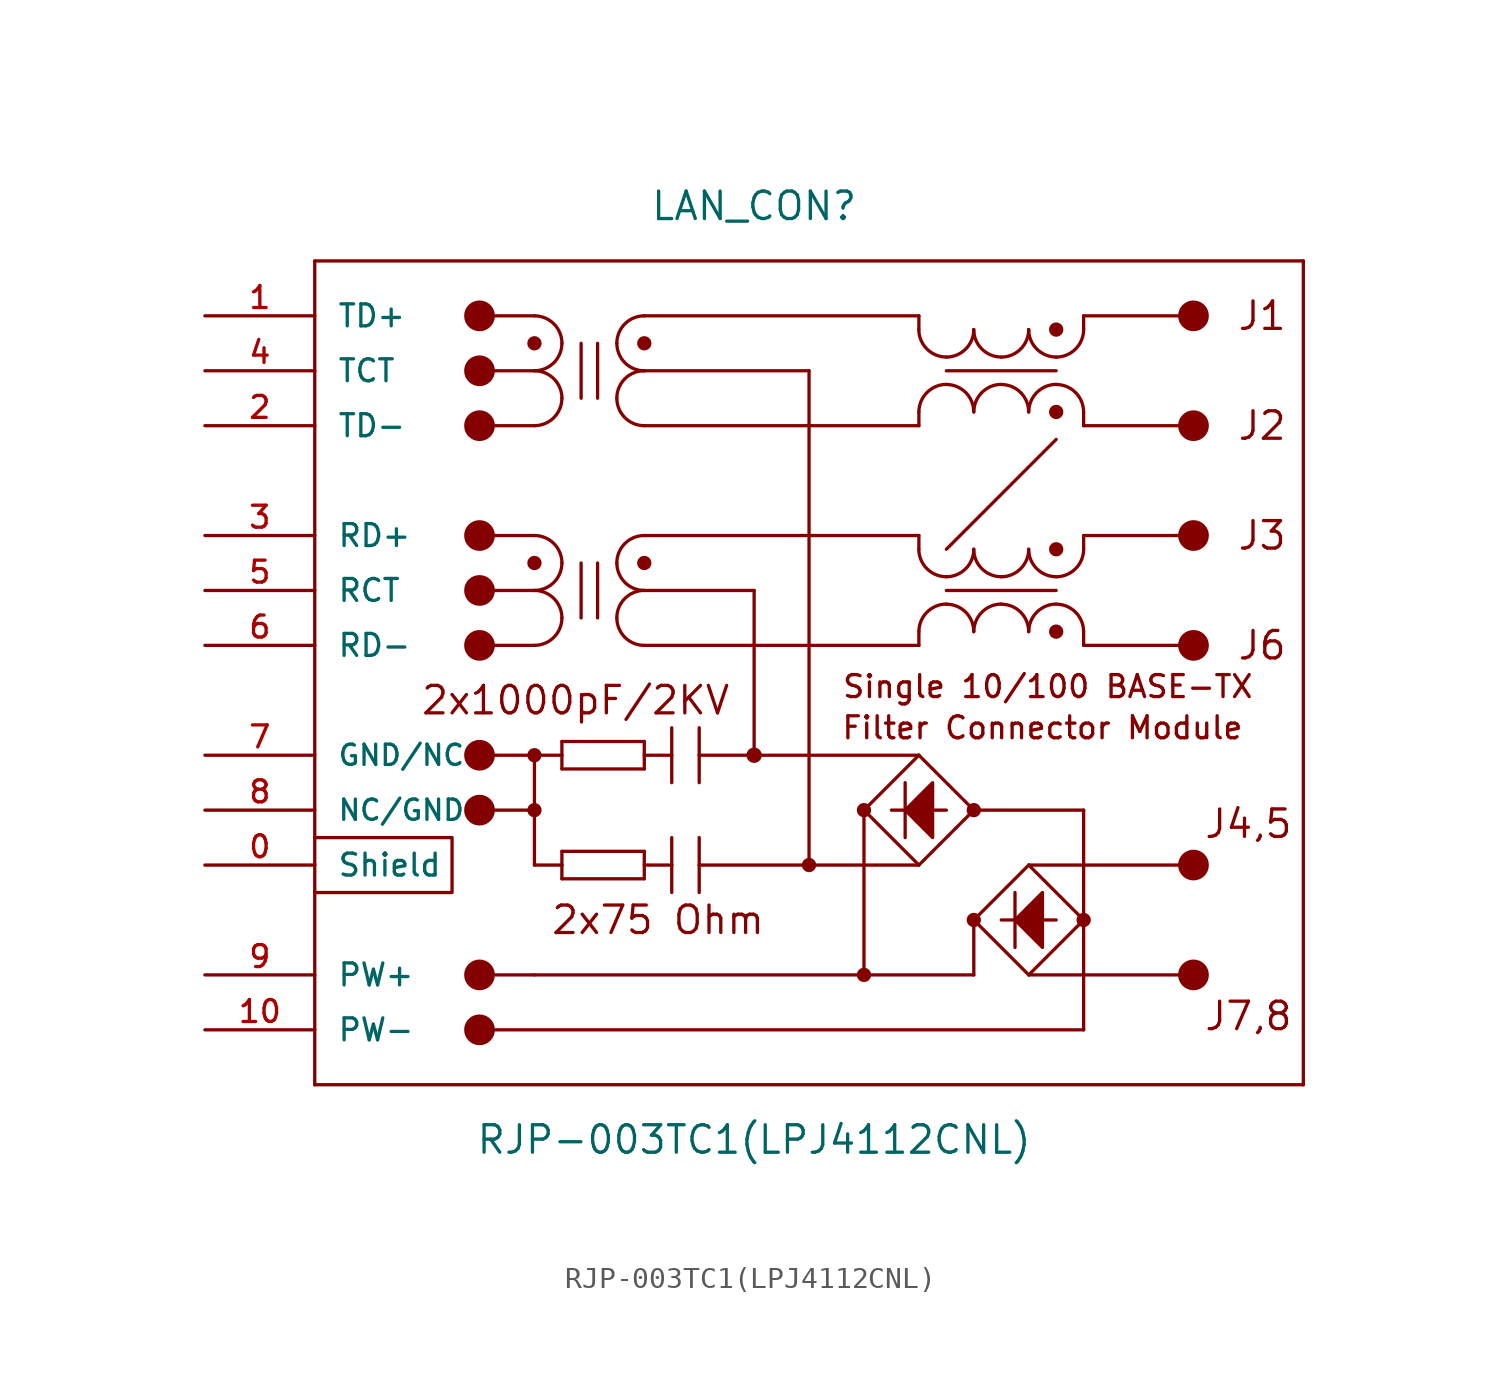
<source format=kicad_sym>
(kicad_symbol_lib
  (version 20231120)
  (generator "kicad_symbol_editor")
  (generator_version "8.0")
  (symbol "RJP-003TC1(LPJ4112CNL)"
    (pin_names
      (offset 1.016))
    (property "Reference" "LAN_CON"
      (at 0 22.86 0)
      (effects (font (size 1.27 1.27))))
    (property "Value" "RJP-003TC1(LPJ4112CNL)"
      (at 0 -20.32 0)
      (effects (font (size 1.27 1.27))))
    (symbol "RJP-003TC1(LPJ4112CNL)_0_0"
      (text "Filter Connector Module" (at 13.335 -1.27 0) (effects (font (size 1.016 1.016))))
      (text "Single 10/100 BASE-TX " (at 13.97 0.635 0) (effects (font (size 1.016 1.016)))))
    (symbol "RJP-003TC1(LPJ4112CNL)_0_1"
      (polyline (pts (xy -20.32 -6.35) (xy -13.97 -6.35) (xy -13.97 -8.89) (xy -20.32 -8.89)) (stroke (width 0) (type solid)) (fill (type none))))
    (symbol "RJP-003TC1(LPJ4112CNL)_1_0"
      (polyline (pts (xy -20.32 -17.78) (xy 25.4 -17.78)) (stroke (width 0) (type solid)) (fill (type none)))
      (polyline (pts (xy -20.32 20.32) (xy -20.32 -17.78)) (stroke (width 0) (type solid)) (fill (type none)))
      (polyline (pts (xy -12.7 7.62) (xy -10.16 7.62)) (stroke (width 0) (type solid)) (fill (type none)))
      (polyline (pts (xy -12.7 17.78) (xy -10.16 17.78)) (stroke (width 0) (type solid)) (fill (type none)))
      (polyline (pts (xy -10.16 -12.7) (xy -12.7 -12.7)) (stroke (width 0) (type solid)) (fill (type none)))
      (polyline (pts (xy -10.16 -7.62) (xy -10.16 -2.54)) (stroke (width 0) (type solid)) (fill (type none)))
      (polyline (pts (xy -10.16 -5.08) (xy -12.7 -5.08)) (stroke (width 0) (type solid)) (fill (type none)))
      (polyline (pts (xy -10.16 -2.54) (xy -12.7 -2.54)) (stroke (width 0) (type solid)) (fill (type none)))
      (polyline (pts (xy -10.16 -2.54) (xy -8.89 -2.54)) (stroke (width 0) (type solid)) (fill (type none)))
      (polyline (pts (xy -10.16 2.54) (xy -12.7 2.54)) (stroke (width 0) (type solid)) (fill (type none)))
      (polyline (pts (xy -10.16 5.08) (xy -12.7 5.08)) (stroke (width 0) (type solid)) (fill (type none)))
      (polyline (pts (xy -10.16 12.7) (xy -12.7 12.7)) (stroke (width 0) (type solid)) (fill (type none)))
      (polyline (pts (xy -10.16 15.24) (xy -12.7 15.24)) (stroke (width 0) (type solid)) (fill (type none)))
      (polyline (pts (xy -8.89 -8.255) (xy -8.89 -7.62)) (stroke (width 0) (type solid)) (fill (type none)))
      (polyline (pts (xy -8.89 -7.62) (xy -10.16 -7.62)) (stroke (width 0) (type solid)) (fill (type none)))
      (polyline (pts (xy -8.89 -7.62) (xy -8.89 -6.985)) (stroke (width 0) (type solid)) (fill (type none)))
      (polyline (pts (xy -8.89 -6.985) (xy -5.08 -6.985)) (stroke (width 0) (type solid)) (fill (type none)))
      (polyline (pts (xy -8.89 -3.175) (xy -8.89 -2.54)) (stroke (width 0) (type solid)) (fill (type none)))
      (polyline (pts (xy -8.89 -2.54) (xy -8.89 -1.905)) (stroke (width 0) (type solid)) (fill (type none)))
      (polyline (pts (xy -8.89 -1.905) (xy -5.08 -1.905)) (stroke (width 0) (type solid)) (fill (type none)))
      (polyline (pts (xy -8.001 6.35) (xy -8.001 3.81)) (stroke (width 0) (type solid)) (fill (type none)))
      (polyline (pts (xy -8.001 16.51) (xy -8.001 13.97)) (stroke (width 0) (type solid)) (fill (type none)))
      (polyline (pts (xy -7.239 6.35) (xy -7.239 3.81)) (stroke (width 0) (type solid)) (fill (type none)))
      (polyline (pts (xy -7.239 16.51) (xy -7.239 13.97)) (stroke (width 0) (type solid)) (fill (type none)))
      (polyline (pts (xy -5.08 -8.255) (xy -8.89 -8.255)) (stroke (width 0) (type solid)) (fill (type none)))
      (polyline (pts (xy -5.08 -6.985) (xy -5.08 -8.255)) (stroke (width 0) (type solid)) (fill (type none)))
      (polyline (pts (xy -5.08 -3.175) (xy -8.89 -3.175)) (stroke (width 0) (type solid)) (fill (type none)))
      (polyline (pts (xy -5.08 -1.905) (xy -5.08 -3.175)) (stroke (width 0) (type solid)) (fill (type none)))
      (polyline (pts (xy -5.08 5.08) (xy 0 5.08)) (stroke (width 0) (type solid)) (fill (type none)))
      (polyline (pts (xy -5.08 15.24) (xy 2.54 15.24)) (stroke (width 0) (type solid)) (fill (type none)))
      (polyline (pts (xy -3.81 -7.62) (xy -5.08 -7.62)) (stroke (width 0) (type solid)) (fill (type none)))
      (polyline (pts (xy -3.81 -7.62) (xy -3.81 -8.89)) (stroke (width 0) (type solid)) (fill (type none)))
      (polyline (pts (xy -3.81 -6.35) (xy -3.81 -7.62)) (stroke (width 0) (type solid)) (fill (type none)))
      (polyline (pts (xy -3.81 -2.54) (xy -5.08 -2.54)) (stroke (width 0) (type solid)) (fill (type none)))
      (polyline (pts (xy -3.81 -2.54) (xy -3.81 -3.81)) (stroke (width 0) (type solid)) (fill (type none)))
      (polyline (pts (xy -3.81 -1.27) (xy -3.81 -2.54)) (stroke (width 0) (type solid)) (fill (type none)))
      (polyline (pts (xy -2.54 -7.62) (xy -2.54 -8.89)) (stroke (width 0) (type solid)) (fill (type none)))
      (polyline (pts (xy -2.54 -7.62) (xy 2.54 -7.62)) (stroke (width 0) (type solid)) (fill (type none)))
      (polyline (pts (xy -2.54 -6.35) (xy -2.54 -7.62)) (stroke (width 0) (type solid)) (fill (type none)))
      (polyline (pts (xy -2.54 -2.54) (xy -2.54 -3.81)) (stroke (width 0) (type solid)) (fill (type none)))
      (polyline (pts (xy -2.54 -2.54) (xy 0 -2.54)) (stroke (width 0) (type solid)) (fill (type none)))
      (polyline (pts (xy -2.54 -1.27) (xy -2.54 -2.54)) (stroke (width 0) (type solid)) (fill (type none)))
      (polyline (pts (xy 0 -2.54) (xy 7.62 -2.54)) (stroke (width 0) (type solid)) (fill (type none)))
      (polyline (pts (xy 0 5.08) (xy 0 -2.54)) (stroke (width 0) (type solid)) (fill (type none)))
      (polyline (pts (xy 2.54 -7.62) (xy 7.62 -7.62)) (stroke (width 0) (type solid)) (fill (type none)))
      (polyline (pts (xy 2.54 15.24) (xy 2.54 -7.62)) (stroke (width 0) (type solid)) (fill (type none)))
      (polyline (pts (xy 5.08 -12.7) (xy -10.16 -12.7)) (stroke (width 0) (type solid)) (fill (type none)))
      (polyline (pts (xy 5.08 -5.08) (xy 5.08 -12.7)) (stroke (width 0) (type solid)) (fill (type none)))
      (polyline (pts (xy 6.985 -3.81) (xy 6.985 -6.35)) (stroke (width 0) (type solid)) (fill (type none)))
      (polyline (pts (xy 7.62 -7.62) (xy 5.08 -5.08)) (stroke (width 0) (type solid)) (fill (type none)))
      (polyline (pts (xy 7.62 -2.54) (xy 5.08 -5.08)) (stroke (width 0) (type solid)) (fill (type none)))
      (polyline (pts (xy 7.62 -2.54) (xy 10.16 -5.08)) (stroke (width 0) (type solid)) (fill (type none)))
      (polyline (pts (xy 7.62 2.54) (xy -5.08 2.54)) (stroke (width 0) (type solid)) (fill (type none)))
      (polyline (pts (xy 7.62 3.175) (xy 7.62 2.54)) (stroke (width 0) (type solid)) (fill (type none)))
      (polyline (pts (xy 7.62 6.985) (xy 7.62 7.62)) (stroke (width 0) (type solid)) (fill (type none)))
      (polyline (pts (xy 7.62 7.62) (xy -5.08 7.62)) (stroke (width 0) (type solid)) (fill (type none)))
      (polyline (pts (xy 7.62 12.7) (xy -5.08 12.7)) (stroke (width 0) (type solid)) (fill (type none)))
      (polyline (pts (xy 7.62 13.335) (xy 7.62 12.7)) (stroke (width 0) (type solid)) (fill (type none)))
      (polyline (pts (xy 7.62 17.145) (xy 7.62 17.78)) (stroke (width 0) (type solid)) (fill (type none)))
      (polyline (pts (xy 7.62 17.78) (xy -5.08 17.78)) (stroke (width 0) (type solid)) (fill (type none)))
      (polyline (pts (xy 8.89 -5.08) (xy 6.35 -5.08)) (stroke (width 0) (type solid)) (fill (type none)))
      (polyline (pts (xy 10.16 -12.7) (xy 5.08 -12.7)) (stroke (width 0) (type solid)) (fill (type none)))
      (polyline (pts (xy 10.16 -10.16) (xy 10.16 -12.7)) (stroke (width 0) (type solid)) (fill (type none)))
      (polyline (pts (xy 10.16 -10.16) (xy 12.7 -12.7)) (stroke (width 0) (type solid)) (fill (type none)))
      (polyline (pts (xy 10.16 -5.08) (xy 7.62 -7.62)) (stroke (width 0) (type solid)) (fill (type none)))
      (polyline (pts (xy 10.16 -5.08) (xy 15.24 -5.08)) (stroke (width 0) (type solid)) (fill (type none)))
      (polyline (pts (xy 12.065 -10.16) (xy 11.43 -10.16)) (stroke (width 0) (type solid)) (fill (type none)))
      (polyline (pts (xy 12.065 -10.16) (xy 12.065 -11.43)) (stroke (width 0) (type solid)) (fill (type none)))
      (polyline (pts (xy 12.065 -8.89) (xy 12.065 -10.16)) (stroke (width 0) (type solid)) (fill (type none)))
      (polyline (pts (xy 12.7 -12.7) (xy 15.24 -10.16)) (stroke (width 0) (type solid)) (fill (type none)))
      (polyline (pts (xy 12.7 -12.7) (xy 20.32 -12.7)) (stroke (width 0) (type solid)) (fill (type none)))
      (polyline (pts (xy 12.7 -7.62) (xy 10.16 -10.16)) (stroke (width 0) (type solid)) (fill (type none)))
      (polyline (pts (xy 12.7 -7.62) (xy 20.32 -7.62)) (stroke (width 0) (type solid)) (fill (type none)))
      (polyline (pts (xy 13.97 -10.16) (xy 12.065 -10.16)) (stroke (width 0) (type solid)) (fill (type none)))
      (polyline (pts (xy 13.97 5.08) (xy 8.89 5.08)) (stroke (width 0) (type solid)) (fill (type none)))
      (polyline (pts (xy 13.97 12.065) (xy 8.89 6.985)) (stroke (width 0) (type solid)) (fill (type none)))
      (polyline (pts (xy 13.97 15.24) (xy 8.89 15.24)) (stroke (width 0) (type solid)) (fill (type none)))
      (polyline (pts (xy 15.24 -15.24) (xy -12.7 -15.24)) (stroke (width 0) (type solid)) (fill (type none)))
      (polyline (pts (xy 15.24 -10.16) (xy 12.7 -7.62)) (stroke (width 0) (type solid)) (fill (type none)))
      (polyline (pts (xy 15.24 -10.16) (xy 15.24 -15.24)) (stroke (width 0) (type solid)) (fill (type none)))
      (polyline (pts (xy 15.24 -5.08) (xy 15.24 -10.16)) (stroke (width 0) (type solid)) (fill (type none)))
      (polyline (pts (xy 15.24 2.54) (xy 15.24 3.175)) (stroke (width 0) (type solid)) (fill (type none)))
      (polyline (pts (xy 15.24 2.54) (xy 20.32 2.54)) (stroke (width 0) (type solid)) (fill (type none)))
      (polyline (pts (xy 15.24 7.62) (xy 15.24 6.985)) (stroke (width 0) (type solid)) (fill (type none)))
      (polyline (pts (xy 15.24 7.62) (xy 20.32 7.62)) (stroke (width 0) (type solid)) (fill (type none)))
      (polyline (pts (xy 15.24 12.7) (xy 15.24 13.335)) (stroke (width 0) (type solid)) (fill (type none)))
      (polyline (pts (xy 15.24 12.7) (xy 20.32 12.7)) (stroke (width 0) (type solid)) (fill (type none)))
      (polyline (pts (xy 15.24 17.78) (xy 15.24 17.145)) (stroke (width 0) (type solid)) (fill (type none)))
      (polyline (pts (xy 15.24 17.78) (xy 20.32 17.78)) (stroke (width 0) (type solid)) (fill (type none)))
      (polyline (pts (xy 25.4 -17.78) (xy 25.4 20.32)) (stroke (width 0) (type solid)) (fill (type none)))
      (polyline (pts (xy 25.4 20.32) (xy -20.32 20.32)) (stroke (width 0) (type solid)) (fill (type none)))
      (text "2x1000pF/2KV" (at -8.255 0 0) (effects (font (size 1.27 1.27))))
      (text "2x75 Ohm" (at -4.445 -10.16 0) (effects (font (size 1.27 1.27))))
      (text "J1" (at 23.495 17.78 0) (effects (font (size 1.27 1.27))))
      (text "J2" (at 23.495 12.7 0) (effects (font (size 1.27 1.27))))
      (text "J3" (at 23.495 7.62 0) (effects (font (size 1.27 1.27))))
      (text "J4,5" (at 22.86 -5.715 0) (effects (font (size 1.27 1.27))))
      (text "J6" (at 23.495 2.54 0) (effects (font (size 1.27 1.27))))
      (text "J7,8" (at 22.86 -14.605 0) (effects (font (size 1.27 1.27)))))
    (symbol "RJP-003TC1(LPJ4112CNL)_1_1"
      (circle (center -12.7 -15.24) (radius 0.635) (stroke (width 0) (type solid)) (fill (type outline)))
      (circle (center -12.7 -12.7) (radius 0.635) (stroke (width 0) (type solid)) (fill (type outline)))
      (circle (center -12.7 -5.08) (radius 0.635) (stroke (width 0) (type solid)) (fill (type outline)))
      (circle (center -12.7 -2.54) (radius 0.635) (stroke (width 0) (type solid)) (fill (type outline)))
      (circle (center -12.7 2.54) (radius 0.635) (stroke (width 0) (type solid)) (fill (type outline)))
      (circle (center -12.7 5.08) (radius 0.635) (stroke (width 0) (type solid)) (fill (type outline)))
      (circle (center -12.7 7.62) (radius 0.635) (stroke (width 0) (type solid)) (fill (type outline)))
      (circle (center -12.7 12.7) (radius 0.635) (stroke (width 0) (type solid)) (fill (type outline)))
      (circle (center -12.7 15.24) (radius 0.635) (stroke (width 0) (type solid)) (fill (type outline)))
      (circle (center -12.7 17.78) (radius 0.635) (stroke (width 0) (type solid)) (fill (type outline)))
      (circle (center -10.16 -5.08) (radius 0.254) (stroke (width 0) (type solid)) (fill (type outline)))
      (circle (center -10.16 -2.54) (radius 0.254) (stroke (width 0) (type solid)) (fill (type outline)))
      (arc (start -10.16 2.54) (mid -9.262 2.912) (end -8.89 3.81) (stroke (width 0) (type solid)) (fill (type none)))
      (arc (start -10.16 5.08) (mid -9.262 5.452) (end -8.89 6.35) (stroke (width 0) (type solid)) (fill (type none)))
      (circle (center -10.16 6.35) (radius 0.254) (stroke (width 0) (type solid)) (fill (type outline)))
      (arc (start -10.16 12.7) (mid -9.262 13.072) (end -8.89 13.97) (stroke (width 0) (type solid)) (fill (type none)))
      (arc (start -10.16 15.24) (mid -9.262 15.612) (end -8.89 16.51) (stroke (width 0) (type solid)) (fill (type none)))
      (circle (center -10.16 16.51) (radius 0.254) (stroke (width 0) (type solid)) (fill (type outline)))
      (arc (start -8.89 3.81) (mid -9.262 4.708) (end -10.16 5.08) (stroke (width 0) (type solid)) (fill (type none)))
      (arc (start -8.89 6.35) (mid -9.262 7.248) (end -10.16 7.62) (stroke (width 0) (type solid)) (fill (type none)))
      (arc (start -8.89 13.97) (mid -9.262 14.868) (end -10.16 15.24) (stroke (width 0) (type solid)) (fill (type none)))
      (arc (start -8.89 16.51) (mid -9.262 17.408) (end -10.16 17.78) (stroke (width 0) (type solid)) (fill (type none)))
      (arc (start -6.35 3.81) (mid -5.978 2.912) (end -5.08 2.54) (stroke (width 0) (type solid)) (fill (type none)))
      (arc (start -6.35 6.35) (mid -5.978 5.452) (end -5.08 5.08) (stroke (width 0) (type solid)) (fill (type none)))
      (arc (start -6.35 13.97) (mid -5.978 13.072) (end -5.08 12.7) (stroke (width 0) (type solid)) (fill (type none)))
      (arc (start -6.35 16.51) (mid -5.978 15.612) (end -5.08 15.24) (stroke (width 0) (type solid)) (fill (type none)))
      (arc (start -5.08 5.08) (mid -5.978 4.708) (end -6.35 3.81) (stroke (width 0) (type solid)) (fill (type none)))
      (circle (center -5.08 6.35) (radius 0.254) (stroke (width 0) (type solid)) (fill (type outline)))
      (arc (start -5.08 7.62) (mid -5.978 7.248) (end -6.35 6.35) (stroke (width 0) (type solid)) (fill (type none)))
      (arc (start -5.08 15.24) (mid -5.978 14.868) (end -6.35 13.97) (stroke (width 0) (type solid)) (fill (type none)))
      (circle (center -5.08 16.51) (radius 0.254) (stroke (width 0) (type solid)) (fill (type outline)))
      (arc (start -5.08 17.78) (mid -5.978 17.408) (end -6.35 16.51) (stroke (width 0) (type solid)) (fill (type none)))
      (circle (center 0 -2.54) (radius 0.279) (stroke (width 0) (type solid)) (fill (type outline)))
      (polyline (pts (xy 6.985 -5.08) (xy 8.255 -3.81) (xy 8.255 -3.81) (xy 8.255 -6.35) (xy 8.255 -6.35) (xy 6.985 -5.08)) (stroke (width 0) (type solid)) (fill (type outline)))
      (polyline (pts (xy 12.065 -10.16) (xy 13.335 -8.89) (xy 13.335 -8.89) (xy 13.335 -11.43) (xy 13.335 -11.43) (xy 12.065 -10.16)) (stroke (width 0) (type solid)) (fill (type outline)))
      (circle (center 2.54 -7.62) (radius 0.254) (stroke (width 0) (type solid)) (fill (type outline)))
      (circle (center 5.08 -12.7) (radius 0.254) (stroke (width 0) (type solid)) (fill (type outline)))
      (circle (center 5.08 -5.08) (radius 0.254) (stroke (width 0) (type solid)) (fill (type outline)))
      (arc (start 7.62 6.985) (mid 7.992 6.087) (end 8.89 5.715) (stroke (width 0) (type solid)) (fill (type none)))
      (arc (start 7.62 17.145) (mid 7.992 16.247) (end 8.89 15.875) (stroke (width 0) (type solid)) (fill (type none)))
      (arc (start 8.89 4.445) (mid 7.992 4.073) (end 7.62 3.175) (stroke (width 0) (type solid)) (fill (type none)))
      (arc (start 8.89 5.715) (mid 9.788 6.087) (end 10.16 6.985) (stroke (width 0) (type solid)) (fill (type none)))
      (arc (start 8.89 14.605) (mid 7.992 14.233) (end 7.62 13.335) (stroke (width 0) (type solid)) (fill (type none)))
      (arc (start 8.89 15.875) (mid 9.788 16.247) (end 10.16 17.145) (stroke (width 0) (type solid)) (fill (type none)))
      (circle (center 10.16 -10.16) (radius 0.254) (stroke (width 0) (type solid)) (fill (type outline)))
      (circle (center 10.16 -5.08) (radius 0.254) (stroke (width 0) (type solid)) (fill (type outline)))
      (arc (start 10.16 3.175) (mid 9.788 4.073) (end 8.89 4.445) (stroke (width 0) (type solid)) (fill (type none)))
      (arc (start 10.16 6.985) (mid 10.532 6.087) (end 11.43 5.715) (stroke (width 0) (type solid)) (fill (type none)))
      (arc (start 10.16 13.335) (mid 9.788 14.233) (end 8.89 14.605) (stroke (width 0) (type solid)) (fill (type none)))
      (arc (start 10.16 17.145) (mid 10.532 16.247) (end 11.43 15.875) (stroke (width 0) (type solid)) (fill (type none)))
      (arc (start 11.43 4.445) (mid 10.532 4.073) (end 10.16 3.175) (stroke (width 0) (type solid)) (fill (type none)))
      (arc (start 11.43 5.715) (mid 12.328 6.087) (end 12.7 6.985) (stroke (width 0) (type solid)) (fill (type none)))
      (arc (start 11.43 14.605) (mid 10.532 14.233) (end 10.16 13.335) (stroke (width 0) (type solid)) (fill (type none)))
      (arc (start 11.43 15.875) (mid 12.328 16.247) (end 12.7 17.145) (stroke (width 0) (type solid)) (fill (type none)))
      (arc (start 12.7 3.175) (mid 12.328 4.073) (end 11.43 4.445) (stroke (width 0) (type solid)) (fill (type none)))
      (arc (start 12.7 6.985) (mid 13.072 6.087) (end 13.97 5.715) (stroke (width 0) (type solid)) (fill (type none)))
      (arc (start 12.7 13.335) (mid 12.328 14.233) (end 11.43 14.605) (stroke (width 0) (type solid)) (fill (type none)))
      (arc (start 12.7 17.145) (mid 13.072 16.247) (end 13.97 15.875) (stroke (width 0) (type solid)) (fill (type none)))
      (circle (center 13.97 3.175) (radius 0.254) (stroke (width 0) (type solid)) (fill (type outline)))
      (arc (start 13.97 4.445) (mid 13.072 4.073) (end 12.7 3.175) (stroke (width 0) (type solid)) (fill (type none)))
      (arc (start 13.97 5.715) (mid 14.868 6.087) (end 15.24 6.985) (stroke (width 0) (type solid)) (fill (type none)))
      (circle (center 13.97 6.985) (radius 0.254) (stroke (width 0) (type solid)) (fill (type outline)))
      (circle (center 13.97 13.335) (radius 0.254) (stroke (width 0) (type solid)) (fill (type outline)))
      (arc (start 13.97 14.605) (mid 13.072 14.233) (end 12.7 13.335) (stroke (width 0) (type solid)) (fill (type none)))
      (arc (start 13.97 15.875) (mid 14.868 16.247) (end 15.24 17.145) (stroke (width 0) (type solid)) (fill (type none)))
      (circle (center 13.97 17.145) (radius 0.254) (stroke (width 0) (type solid)) (fill (type outline)))
      (circle (center 15.24 -10.16) (radius 0.254) (stroke (width 0) (type solid)) (fill (type outline)))
      (arc (start 15.24 3.175) (mid 14.868 4.073) (end 13.97 4.445) (stroke (width 0) (type solid)) (fill (type none)))
      (arc (start 15.24 13.335) (mid 14.868 14.233) (end 13.97 14.605) (stroke (width 0) (type solid)) (fill (type none)))
      (circle (center 20.32 -12.7) (radius 0.635) (stroke (width 0) (type solid)) (fill (type outline)))
      (circle (center 20.32 -7.62) (radius 0.635) (stroke (width 0) (type solid)) (fill (type outline)))
      (circle (center 20.32 2.54) (radius 0.635) (stroke (width 0) (type solid)) (fill (type outline)))
      (circle (center 20.32 7.62) (radius 0.635) (stroke (width 0) (type solid)) (fill (type outline)))
      (circle (center 20.32 12.7) (radius 0.635) (stroke (width 0) (type solid)) (fill (type outline)))
      (circle (center 20.32 17.78) (radius 0.635) (stroke (width 0) (type solid)) (fill (type outline)))
      (pin passive line (at -25.4 -7.62 0) (length 5.08) (name "Shield" (effects (font (size 1.016 1.016)))) (number "0" (effects (font (size 1.016 1.016)))))
      (pin bidirectional line (at -25.4 17.78 0) (length 5.08) (name "TD+" (effects (font (size 1.016 1.016)))) (number "1" (effects (font (size 1.016 1.016)))))
      (pin power_out line (at -25.4 -15.24 0) (length 5.08) (name "PW-" (effects (font (size 1.016 1.016)))) (number "10" (effects (font (size 1.016 1.016)))))
      (pin bidirectional line (at -25.4 12.7 0) (length 5.08) (name "TD-" (effects (font (size 1.016 1.016)))) (number "2" (effects (font (size 1.016 1.016)))))
      (pin bidirectional line (at -25.4 7.62 0) (length 5.08) (name "RD+" (effects (font (size 1.016 1.016)))) (number "3" (effects (font (size 1.016 1.016)))))
      (pin input line (at -25.4 15.24 0) (length 5.08) (name "TCT" (effects (font (size 1.016 1.016)))) (number "4" (effects (font (size 1.016 1.016)))))
      (pin input line (at -25.4 5.08 0) (length 5.08) (name "RCT" (effects (font (size 1.016 1.016)))) (number "5" (effects (font (size 1.016 1.016)))))
      (pin bidirectional line (at -25.4 2.54 0) (length 5.08) (name "RD-" (effects (font (size 1.016 1.016)))) (number "6" (effects (font (size 1.016 1.016)))))
      (pin power_in line (at -25.4 -2.54 0) (length 5.08) (name "GND/NC" (effects (font (size 0.94 0.94)))) (number "7" (effects (font (size 1.016 1.016)))))
      (pin power_in line (at -25.4 -5.08 0) (length 5.08) (name "NC/GND" (effects (font (size 0.94 0.94)))) (number "8" (effects (font (size 1.016 1.016)))))
      (pin power_out line (at -25.4 -12.7 0) (length 5.08) (name "PW+" (effects (font (size 1.016 1.016)))) (number "9" (effects (font (size 1.016 1.016))))))))
</source>
